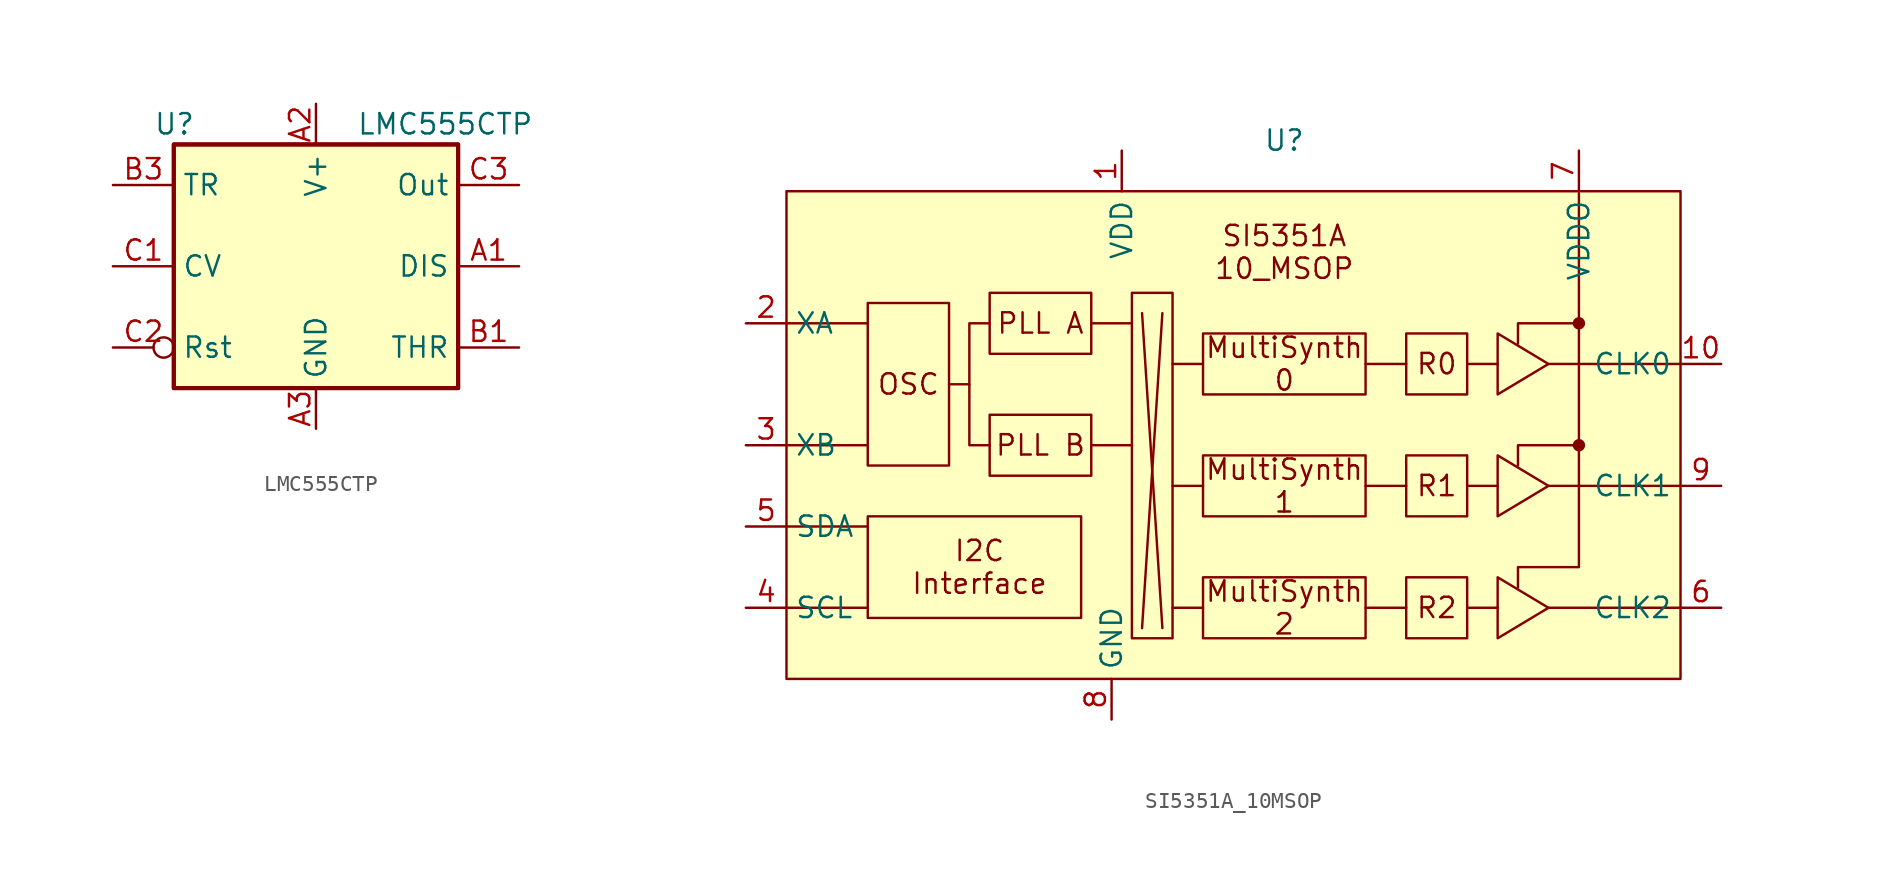
<source format=kicad_sym>
(kicad_symbol_lib
  (version 20220914)
  (generator kicad_symbol_editor)
  (symbol "LMC555CTP"
    (property "Reference" "U"
      (at -10.16 8.89 0)
      (effects (font (size 1.27 1.27)) (justify left)))
    (property "Value" "LMC555CTP"
      (at 2.54 8.89 0)
      (effects (font (size 1.27 1.27)) (justify left)))
    (symbol "LMC555CTP_0_1"
      (rectangle (start -8.89 -7.62) (end 8.89 7.62) (stroke (width 0.254) (type default)) (fill (type background)))
      (rectangle (start -8.89 -7.62) (end 8.89 7.62) (stroke (width 0.254) (type default)) (fill (type background))))
    (symbol "LMC555CTP_1_0"
      (pin power_in line (at 0 10.16 270) (length 2.54) (name "V+" (effects (font (size 1.27 1.27)))) (number "A2" (effects (font (size 1.27 1.27)))))
      (pin power_in line (at 0 -10.16 90) (length 2.54) (name "GND" (effects (font (size 1.27 1.27)))) (number "A3" (effects (font (size 1.27 1.27))))))
    (symbol "LMC555CTP_1_1"
      (pin input line (at 12.7 0 180) (length 3.81) (name "DIS" (effects (font (size 1.27 1.27)))) (number "A1" (effects (font (size 1.27 1.27)))))
      (pin input line (at 12.7 -5.08 180) (length 3.81) (name "THR" (effects (font (size 1.27 1.27)))) (number "B1" (effects (font (size 1.27 1.27)))))
      (pin input line (at -12.7 5.08 0) (length 3.81) (name "TR" (effects (font (size 1.27 1.27)))) (number "B3" (effects (font (size 1.27 1.27)))))
      (pin input line (at -12.7 0 0) (length 3.81) (name "CV" (effects (font (size 1.27 1.27)))) (number "C1" (effects (font (size 1.27 1.27)))))
      (pin input inverted (at -12.7 -5.08 0) (length 3.81) (name "Rst" (effects (font (size 1.27 1.27)))) (number "C2" (effects (font (size 1.27 1.27)))))
      (pin output line (at 12.7 5.08 180) (length 3.81) (name "Out" (effects (font (size 1.27 1.27)))) (number "C3" (effects (font (size 1.27 1.27)))))))
  (symbol "SI5351A_10MSOP"
    (property "Reference" "U"
      (at 8.255 16.51 0)
      (effects (font (size 1.27 1.27))))
    (symbol "SI5351A_10MSOP_0_1"
      (polyline (pts (xy -10.16 5.08) (xy -11.43 5.08) (xy -11.43 -2.54) (xy -10.16 -2.54)) (stroke (width 0) (type default)) (fill (type none))))
    (symbol "SI5351A_10MSOP_1_1"
      (rectangle (start -22.86 13.335) (end 33.02 -17.145) (stroke (width 0) (type default)) (fill (type background)))
      (rectangle (start -17.78 -6.985) (end -4.445 -13.335) (stroke (width 0) (type default)) (fill (type none)))
      (rectangle (start -17.78 6.35) (end -12.7 -3.81) (stroke (width 0) (type default)) (fill (type none)))
      (rectangle (start -10.16 -0.635) (end -3.81 -4.445) (stroke (width 0) (type default)) (fill (type none)))
      (rectangle (start -10.16 6.985) (end -3.81 3.175) (stroke (width 0) (type default)) (fill (type none)))
      (rectangle (start -1.27 6.985) (end 1.27 -14.605) (stroke (width 0) (type default)) (fill (type none)))
      (polyline (pts (xy -22.86 -12.7) (xy -17.78 -12.7)) (stroke (width 0) (type default)) (fill (type none)))
      (polyline (pts (xy -22.86 -7.62) (xy -17.78 -7.62)) (stroke (width 0) (type default)) (fill (type none)))
      (polyline (pts (xy -17.78 -2.54) (xy -22.86 -2.54)) (stroke (width 0) (type default)) (fill (type none)))
      (polyline (pts (xy -17.78 5.08) (xy -22.86 5.08)) (stroke (width 0) (type default)) (fill (type none)))
      (polyline (pts (xy -12.7 1.27) (xy -11.43 1.27)) (stroke (width 0) (type default)) (fill (type none)))
      (polyline (pts (xy -3.81 -2.54) (xy -1.27 -2.54)) (stroke (width 0) (type default)) (fill (type none)))
      (polyline (pts (xy -3.81 5.08) (xy -1.27 5.08)) (stroke (width 0) (type default)) (fill (type none)))
      (polyline (pts (xy -0.635 -13.97) (xy 0.635 5.715)) (stroke (width 0) (type default)) (fill (type none)))
      (polyline (pts (xy -0.635 5.715) (xy 0.635 -13.97)) (stroke (width 0) (type default)) (fill (type none)))
      (polyline (pts (xy 1.27 -12.7) (xy 3.175 -12.7)) (stroke (width 0) (type default)) (fill (type none)))
      (polyline (pts (xy 1.27 -5.08) (xy 3.175 -5.08)) (stroke (width 0) (type default)) (fill (type none)))
      (polyline (pts (xy 1.27 2.54) (xy 3.175 2.54)) (stroke (width 0) (type default)) (fill (type none)))
      (polyline (pts (xy 15.875 -12.7) (xy 13.335 -12.7)) (stroke (width 0) (type default)) (fill (type none)))
      (polyline (pts (xy 15.875 -5.08) (xy 13.335 -5.08)) (stroke (width 0) (type default)) (fill (type none)))
      (polyline (pts (xy 15.875 2.54) (xy 13.335 2.54)) (stroke (width 0) (type default)) (fill (type none)))
      (polyline (pts (xy 19.685 -12.7) (xy 21.59 -12.7)) (stroke (width 0) (type default)) (fill (type none)))
      (polyline (pts (xy 19.685 -5.08) (xy 21.59 -5.08)) (stroke (width 0) (type default)) (fill (type none)))
      (polyline (pts (xy 19.685 2.54) (xy 21.59 2.54)) (stroke (width 0) (type default)) (fill (type none)))
      (polyline (pts (xy 24.765 -12.7) (xy 33.02 -12.7)) (stroke (width 0) (type default)) (fill (type none)))
      (polyline (pts (xy 24.765 -5.08) (xy 33.02 -5.08)) (stroke (width 0) (type default)) (fill (type none)))
      (polyline (pts (xy 24.765 2.54) (xy 33.02 2.54)) (stroke (width 0) (type default)) (fill (type none)))
      (polyline (pts (xy 21.59 -10.795) (xy 21.59 -14.605) (xy 24.765 -12.7) (xy 21.59 -10.795)) (stroke (width 0) (type default)) (fill (type none)))
      (polyline (pts (xy 21.59 -3.175) (xy 21.59 -6.985) (xy 24.765 -5.08) (xy 21.59 -3.175)) (stroke (width 0) (type default)) (fill (type none)))
      (polyline (pts (xy 21.59 4.445) (xy 21.59 0.635) (xy 24.765 2.54) (xy 21.59 4.445)) (stroke (width 0) (type default)) (fill (type none)))
      (polyline (pts (xy 22.86 -11.43) (xy 22.86 -10.16) (xy 26.67 -10.16) (xy 26.67 -2.54)) (stroke (width 0) (type default)) (fill (type none)))
      (polyline (pts (xy 22.86 -3.81) (xy 22.86 -2.54) (xy 26.67 -2.54) (xy 26.67 5.08)) (stroke (width 0) (type default)) (fill (type none)))
      (polyline (pts (xy 22.86 3.81) (xy 22.86 5.08) (xy 26.67 5.08) (xy 26.67 13.208)) (stroke (width 0) (type default)) (fill (type none)))
      (rectangle (start 3.175 -10.795) (end 13.335 -14.605) (stroke (width 0) (type default)) (fill (type none)))
      (rectangle (start 3.175 -3.175) (end 13.335 -6.985) (stroke (width 0) (type default)) (fill (type none)))
      (rectangle (start 3.175 4.445) (end 13.335 0.635) (stroke (width 0) (type default)) (fill (type none)))
      (rectangle (start 15.875 -10.795) (end 19.685 -14.605) (stroke (width 0) (type default)) (fill (type none)))
      (rectangle (start 15.875 -3.175) (end 19.685 -6.985) (stroke (width 0) (type default)) (fill (type none)))
      (rectangle (start 15.875 4.445) (end 19.685 0.635) (stroke (width 0) (type default)) (fill (type none)))
      (circle (center 26.67 -2.54) (radius 0.31) (stroke (width 0) (type default)) (fill (type outline)))
      (circle (center 26.67 5.08) (radius 0.31) (stroke (width 0) (type default)) (fill (type outline)))
      (text "I2C\nInterface" (at -10.795 -10.16 0) (effects (font (size 1.27 1.27))))
      (text "MultiSynth\n0" (at 8.255 2.54 0) (effects (font (size 1.27 1.27))))
      (text "MultiSynth\n1" (at 8.255 -5.08 0) (effects (font (size 1.27 1.27))))
      (text "MultiSynth\n2" (at 8.255 -12.7 0) (effects (font (size 1.27 1.27))))
      (text "OSC" (at -15.24 1.27 0) (effects (font (size 1.27 1.27))))
      (text "PLL A" (at -6.985 5.08 0) (effects (font (size 1.27 1.27))))
      (text "PLL B" (at -6.985 -2.54 0) (effects (font (size 1.27 1.27))))
      (text "R0" (at 17.78 2.54 0) (effects (font (size 1.27 1.27))))
      (text "R1" (at 17.78 -5.08 0) (effects (font (size 1.27 1.27))))
      (text "R2" (at 17.78 -12.7 0) (effects (font (size 1.27 1.27))))
      (text "SI5351A\n10_MSOP" (at 8.255 9.525 0) (effects (font (size 1.27 1.27))))
      (pin input line (at -1.905 15.875 270) (length 2.54) (name "VDD" (effects (font (size 1.27 1.27)))) (number "1" (effects (font (size 1.27 1.27)))))
      (pin input line (at 35.56 2.54 180) (length 2.54) (name "CLK0" (effects (font (size 1.27 1.27)))) (number "10" (effects (font (size 1.27 1.27)))))
      (pin input line (at -25.4 5.08 0) (length 2.54) (name "XA" (effects (font (size 1.27 1.27)))) (number "2" (effects (font (size 1.27 1.27)))))
      (pin input line (at -25.4 -2.54 0) (length 2.54) (name "XB" (effects (font (size 1.27 1.27)))) (number "3" (effects (font (size 1.27 1.27)))))
      (pin input line (at -25.4 -12.7 0) (length 2.54) (name "SCL" (effects (font (size 1.27 1.27)))) (number "4" (effects (font (size 1.27 1.27)))))
      (pin input line (at -25.4 -7.62 0) (length 2.54) (name "SDA" (effects (font (size 1.27 1.27)))) (number "5" (effects (font (size 1.27 1.27)))))
      (pin input line (at 35.56 -12.7 180) (length 2.54) (name "CLK2" (effects (font (size 1.27 1.27)))) (number "6" (effects (font (size 1.27 1.27)))))
      (pin input line (at 26.67 15.875 270) (length 2.54) (name "VDDO" (effects (font (size 1.27 1.27)))) (number "7" (effects (font (size 1.27 1.27)))))
      (pin input line (at -2.54 -19.685 90) (length 2.54) (name "GND" (effects (font (size 1.27 1.27)))) (number "8" (effects (font (size 1.27 1.27)))))
      (pin input line (at 35.56 -5.08 180) (length 2.54) (name "CLK1" (effects (font (size 1.27 1.27)))) (number "9" (effects (font (size 1.27 1.27))))))))
</source>
